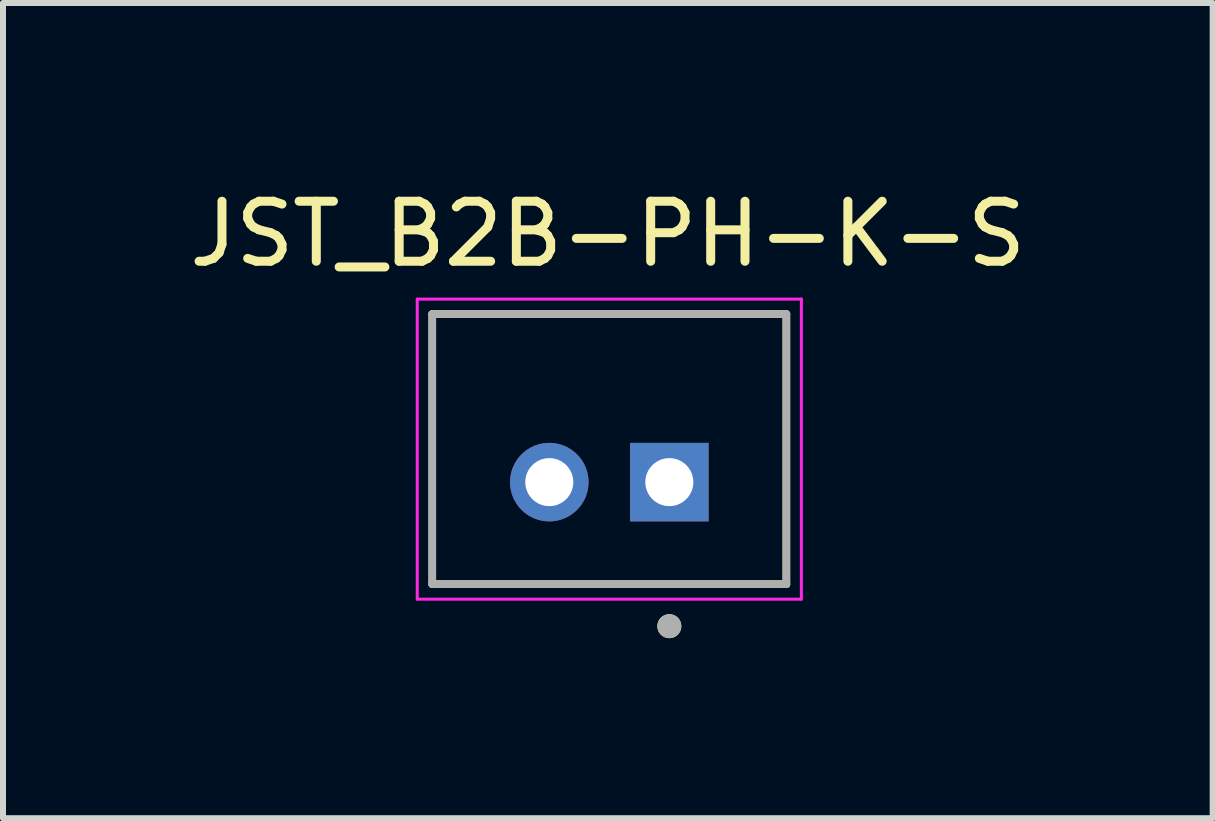
<source format=kicad_pcb>
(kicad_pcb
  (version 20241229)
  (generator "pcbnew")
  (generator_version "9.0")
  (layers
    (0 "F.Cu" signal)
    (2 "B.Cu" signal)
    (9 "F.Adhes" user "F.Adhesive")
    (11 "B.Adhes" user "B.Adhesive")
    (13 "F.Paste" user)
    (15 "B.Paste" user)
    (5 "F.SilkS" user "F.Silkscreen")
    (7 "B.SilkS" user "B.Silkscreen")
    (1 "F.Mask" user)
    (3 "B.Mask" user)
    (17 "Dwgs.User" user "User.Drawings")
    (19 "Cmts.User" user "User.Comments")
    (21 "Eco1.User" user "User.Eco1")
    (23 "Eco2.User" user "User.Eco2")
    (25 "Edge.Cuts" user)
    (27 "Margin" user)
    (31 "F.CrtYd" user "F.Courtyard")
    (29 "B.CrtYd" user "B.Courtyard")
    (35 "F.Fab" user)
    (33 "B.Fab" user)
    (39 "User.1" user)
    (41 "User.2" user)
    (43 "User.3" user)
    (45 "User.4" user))
  (footprint "JST_B2B-PH-K-S"
    (layer "F.Cu")
    (at 7.102 4.433)
    (property "Reference" "JST_B2B-PH-K-S" (at -0.025 -3.585 0) (layer "F.SilkS") (effects (font (size 1 1) (thickness 0.15))))
    (attr through_hole)
    (fp_line (start -2.95 -2.25) (end 2.95 -2.25) (stroke (width 0.127) (type solid)) (layer "F.SilkS"))
    (fp_line (start -2.95 2.25) (end -2.95 -2.25) (stroke (width 0.127) (type solid)) (layer "F.SilkS"))
    (fp_line (start 2.95 -2.25) (end 2.95 2.25) (stroke (width 0.127) (type solid)) (layer "F.SilkS"))
    (fp_line (start 2.95 2.25) (end -2.95 2.25) (stroke (width 0.127) (type solid)) (layer "F.SilkS"))
    (fp_circle (center 1 2.95) (end 1.1 2.95) (stroke (width 0.2) (type solid)) (fill no) (layer "F.SilkS"))
    (fp_line (start -3.2 -2.5) (end 3.2 -2.5) (stroke (width 0.05) (type solid)) (layer "F.CrtYd"))
    (fp_line (start -3.2 2.5) (end -3.2 -2.5) (stroke (width 0.05) (type solid)) (layer "F.CrtYd"))
    (fp_line (start 3.2 -2.5) (end 3.2 2.5) (stroke (width 0.05) (type solid)) (layer "F.CrtYd"))
    (fp_line (start 3.2 2.5) (end -3.2 2.5) (stroke (width 0.05) (type solid)) (layer "F.CrtYd"))
    (fp_line (start -2.95 -2.25) (end 2.95 -2.25) (stroke (width 0.127) (type solid)) (layer "F.Fab"))
    (fp_line (start -2.95 2.25) (end -2.95 -2.25) (stroke (width 0.127) (type solid)) (layer "F.Fab"))
    (fp_line (start 2.95 -2.25) (end 2.95 2.25) (stroke (width 0.127) (type solid)) (layer "F.Fab"))
    (fp_line (start 2.95 2.25) (end -2.95 2.25) (stroke (width 0.127) (type solid)) (layer "F.Fab"))
    (fp_circle (center 1 2.95) (end 1.1 2.95) (stroke (width 0.2) (type solid)) (fill no) (layer "F.Fab"))
    (pad "1" thru_hole rect (at 1 0.55) (size 1.308 1.308) (drill 0.8) (layers "*.Cu" "*.Mask"))
    (pad "2" thru_hole circle (at -1 0.55) (size 1.308 1.308) (drill 0.8) (layers "*.Cu" "*.Mask")))
  (gr_rect
    (start -3 -3)
    (end 17.155 10.583)
    (stroke (width 0.1) (type default))
    (fill no)
    (layer "Edge.Cuts")))
</source>
